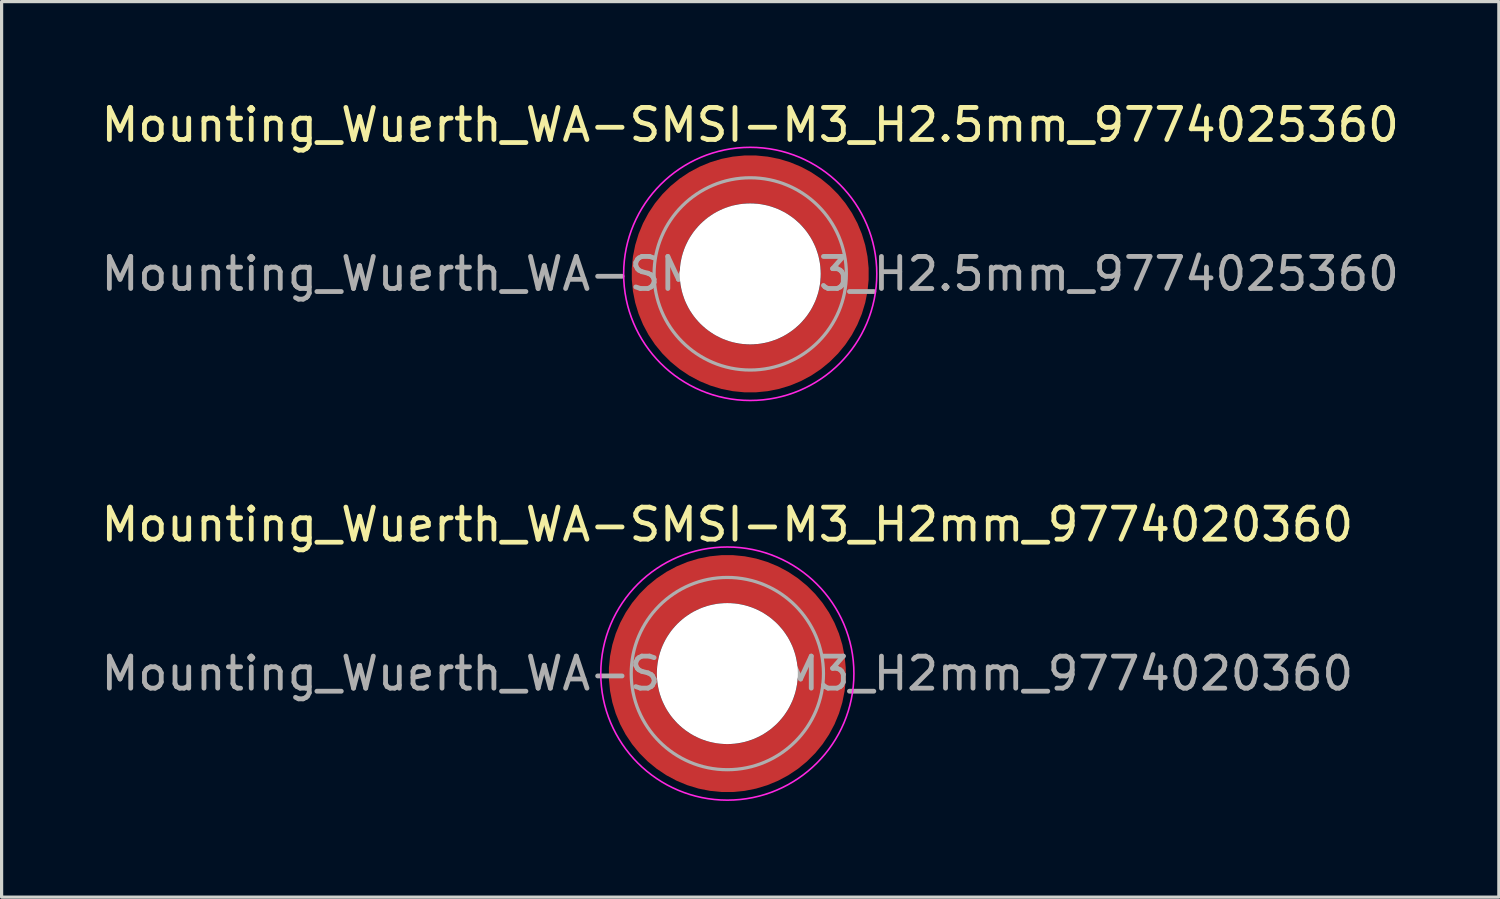
<source format=kicad_pcb>
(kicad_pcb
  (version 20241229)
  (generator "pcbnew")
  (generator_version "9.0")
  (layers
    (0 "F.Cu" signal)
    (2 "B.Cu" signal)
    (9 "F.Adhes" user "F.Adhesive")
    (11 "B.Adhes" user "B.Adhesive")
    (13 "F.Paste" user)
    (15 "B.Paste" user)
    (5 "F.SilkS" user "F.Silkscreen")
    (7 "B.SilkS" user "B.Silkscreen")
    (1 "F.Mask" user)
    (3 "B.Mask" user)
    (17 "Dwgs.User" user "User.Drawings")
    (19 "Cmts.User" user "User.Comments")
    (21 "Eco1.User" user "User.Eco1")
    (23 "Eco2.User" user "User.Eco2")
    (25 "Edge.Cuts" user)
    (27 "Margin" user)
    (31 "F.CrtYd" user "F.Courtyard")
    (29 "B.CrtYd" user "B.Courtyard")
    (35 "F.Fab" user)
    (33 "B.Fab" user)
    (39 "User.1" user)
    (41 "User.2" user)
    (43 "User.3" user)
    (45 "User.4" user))
  (footprint "Mounting_Wuerth_WA-SMSI-M3_H2.5mm_9774025360"
    (layer "F.Cu")
    (at 20.363 5.498)
    (property "Reference" "Mounting_Wuerth_WA-SMSI-M3_H2.5mm_9774025360" (at 0 -4.65 0) (layer "F.SilkS") (effects (font (size 1 1) (thickness 0.15))))
    (attr smd)
    (fp_circle (center 0 0) (end 3.95 0) (stroke (width 0.05) (type solid)) (fill no) (layer "F.CrtYd"))
    (fp_circle (center 0 0) (end 3 0) (stroke (width 0.1) (type solid)) (fill no) (layer "F.Fab"))
    (fp_text user "${REFERENCE}" (at 0 0 0) (layer "F.Fab") (effects (font (size 1 1) (thickness 0.15))))
    (pad "" smd custom (at -2.058 -2.058) (size 0.7 0.7) (layers "F.Paste") (options (anchor circle)) (primitives (gr_arc (start -0.377294 1.707681) (mid 0.317578 0.318817) (end 1.705947 -0.377044) (width 0.2)) (gr_arc (start -0.478281 1.707681) (mid 0.246161 0.248814) (end 1.703965 -0.477765) (width 0.2)) (gr_arc (start -0.579192 1.707681) (mid 0.175492 0.178063) (end 1.704077 -0.578711) (width 0.2)) (gr_arc (start -0.680037 1.707681) (mid 0.105568 0.106564) (end 1.706284 -0.679858) (width 0.2)) (gr_arc (start -0.780822 1.707681) (mid 0.034627 0.036085) (end 1.705634 -0.780569) (width 0.2)) (gr_arc (start -0.881554 1.707681) (mid -0.035694 -0.035016) (end 1.706729 -0.881441) (width 0.2)) (gr_arc (start -0.982237 1.707681) (mid -0.107281 -0.10485) (end 1.704266 -0.981843) (width 0.2)) (gr_arc (start -1.082877 1.707681) (mid -0.178372 -0.175181) (end 1.703197 -1.082374) (width 0.2)) (gr_arc (start -1.183476 1.707681) (mid -0.248964 -0.246008) (end 1.703525 -1.183025) (width 0.2)) (gr_arc (start -1.28404 1.707681) (mid -0.319062 -0.317334) (end 1.70525 -1.283784) (width 0.2)) (gr_line (start 1.708 -0.377) (end 1.708 -1.284) (width 0.2)) (gr_line (start -0.377 1.708) (end -1.284 1.708) (width 0.2))))
    (pad "" smd custom (at -2.058 2.058) (size 0.7 0.7) (layers "F.Paste") (options (anchor circle)) (primitives (gr_arc (start 1.707681 0.377294) (mid 0.318817 -0.317578) (end -0.377044 -1.705947) (width 0.2)) (gr_arc (start 1.707681 0.478281) (mid 0.248814 -0.246161) (end -0.477765 -1.703965) (width 0.2)) (gr_arc (start 1.707681 0.579192) (mid 0.178063 -0.175492) (end -0.578711 -1.704077) (width 0.2)) (gr_arc (start 1.707681 0.680037) (mid 0.106564 -0.105568) (end -0.679858 -1.706284) (width 0.2)) (gr_arc (start 1.707681 0.780822) (mid 0.036085 -0.034626) (end -0.780569 -1.705634) (width 0.2)) (gr_arc (start 1.707681 0.881554) (mid -0.035016 0.035694) (end -0.881441 -1.706729) (width 0.2)) (gr_arc (start 1.707681 0.982237) (mid -0.10485 0.107281) (end -0.981842 -1.704266) (width 0.2)) (gr_arc (start 1.707681 1.082877) (mid -0.175181 0.178372) (end -1.082374 -1.703197) (width 0.2)) (gr_arc (start 1.707681 1.183476) (mid -0.246008 0.248964) (end -1.183025 -1.703525) (width 0.2)) (gr_arc (start 1.707681 1.28404) (mid -0.317334 0.319062) (end -1.283784 -1.70525) (width 0.2)) (gr_line (start -0.377 -1.708) (end -1.284 -1.708) (width 0.2)) (gr_line (start 1.708 0.377) (end 1.708 1.284) (width 0.2))))
    (pad "" np_thru_hole circle (at 0 0) (size 4.4 4.4) (drill 4.4) (layers "*.Cu" "*.Mask"))
    (pad "" smd custom (at 2.058 -2.058) (size 0.7 0.7) (layers "F.Paste") (options (anchor circle)) (primitives (gr_arc (start -1.707681 -0.377294) (mid -0.318817 0.317579) (end 0.377044 1.705947) (width 0.2)) (gr_arc (start -1.707681 -0.478281) (mid -0.248814 0.246161) (end 0.477765 1.703965) (width 0.2)) (gr_arc (start -1.707681 -0.579192) (mid -0.178063 0.175492) (end 0.578711 1.704077) (width 0.2)) (gr_arc (start -1.707681 -0.680037) (mid -0.106564 0.105568) (end 0.679858 1.706284) (width 0.2)) (gr_arc (start -1.707681 -0.780822) (mid -0.036085 0.034627) (end 0.780569 1.705634) (width 0.2)) (gr_arc (start -1.707681 -0.881554) (mid 0.035016 -0.035694) (end 0.881441 1.706729) (width 0.2)) (gr_arc (start -1.707681 -0.982237) (mid 0.10485 -0.107281) (end 0.981843 1.704266) (width 0.2)) (gr_arc (start -1.707681 -1.082877) (mid 0.175181 -0.178372) (end 1.082374 1.703197) (width 0.2)) (gr_arc (start -1.707681 -1.183476) (mid 0.246008 -0.248964) (end 1.183025 1.703525) (width 0.2)) (gr_arc (start -1.707681 -1.28404) (mid 0.317333 -0.319062) (end 1.283784 1.70525) (width 0.2)) (gr_line (start 0.377 1.708) (end 1.284 1.708) (width 0.2)) (gr_line (start -1.708 -0.377) (end -1.708 -1.284) (width 0.2))))
    (pad "" smd custom (at 2.058 2.058) (size 0.7 0.7) (layers "F.Paste") (options (anchor circle)) (primitives (gr_arc (start 0.377294 -1.707681) (mid -0.317579 -0.318817) (end -1.705947 0.377044) (width 0.2)) (gr_arc (start 0.478281 -1.707681) (mid -0.246161 -0.248814) (end -1.703965 0.477765) (width 0.2)) (gr_arc (start 0.579192 -1.707681) (mid -0.175492 -0.178063) (end -1.704077 0.578711) (width 0.2)) (gr_arc (start 0.680037 -1.707681) (mid -0.105568 -0.106564) (end -1.706284 0.679858) (width 0.2)) (gr_arc (start 0.780822 -1.707681) (mid -0.034627 -0.036085) (end -1.705634 0.780569) (width 0.2)) (gr_arc (start 0.881554 -1.707681) (mid 0.035694 0.035016) (end -1.706729 0.881441) (width 0.2)) (gr_arc (start 0.982237 -1.707681) (mid 0.107281 0.10485) (end -1.704266 0.981843) (width 0.2)) (gr_arc (start 1.082877 -1.707681) (mid 0.178372 0.175181) (end -1.703197 1.082374) (width 0.2)) (gr_arc (start 1.183476 -1.707681) (mid 0.248964 0.246008) (end -1.703525 1.183025) (width 0.2)) (gr_arc (start 1.28404 -1.707681) (mid 0.319062 0.317333) (end -1.70525 1.283784) (width 0.2)) (gr_line (start -1.708 0.377) (end -1.708 1.284) (width 0.2)) (gr_line (start 0.377 -1.708) (end 1.284 -1.708) (width 0.2))))
    (pad "1" smd circle (at -2.95 0) (size 1.1 1.1) (layers "F.Cu"))
    (pad "1" smd circle (at 0 -2.95) (size 1.1 1.1) (layers "F.Cu"))
    (pad "1" smd circle (at 0 2.95) (size 1.1 1.1) (layers "F.Cu"))
    (pad "1" smd custom (at 2.95 0) (size 1.1 1.1) (layers "F.Cu" "F.Mask") (options (anchor circle)) (primitives (gr_circle (center -2.95 0) (end 0 0) (width 1.5) (fill no)))))
  (footprint "Mounting_Wuerth_WA-SMSI-M3_H2mm_9774020360"
    (layer "F.Cu")
    (at 19.649 17.971)
    (property "Reference" "Mounting_Wuerth_WA-SMSI-M3_H2mm_9774020360" (at 0 -4.65 0) (layer "F.SilkS") (effects (font (size 1 1) (thickness 0.15))))
    (attr smd)
    (fp_circle (center 0 0) (end 3.95 0) (stroke (width 0.05) (type solid)) (fill no) (layer "F.CrtYd"))
    (fp_circle (center 0 0) (end 3 0) (stroke (width 0.1) (type solid)) (fill no) (layer "F.Fab"))
    (fp_text user "${REFERENCE}" (at 0 0 0) (layer "F.Fab") (effects (font (size 1 1) (thickness 0.15))))
    (pad "" smd custom (at -2.058 -2.058) (size 0.7 0.7) (layers "F.Paste") (options (anchor circle)) (primitives (gr_arc (start -0.377294 1.707681) (mid 0.317578 0.318817) (end 1.705947 -0.377044) (width 0.2)) (gr_arc (start -0.478281 1.707681) (mid 0.246161 0.248814) (end 1.703965 -0.477765) (width 0.2)) (gr_arc (start -0.579192 1.707681) (mid 0.175492 0.178063) (end 1.704077 -0.578711) (width 0.2)) (gr_arc (start -0.680037 1.707681) (mid 0.105568 0.106564) (end 1.706284 -0.679858) (width 0.2)) (gr_arc (start -0.780822 1.707681) (mid 0.034627 0.036085) (end 1.705634 -0.780569) (width 0.2)) (gr_arc (start -0.881554 1.707681) (mid -0.035694 -0.035016) (end 1.706729 -0.881441) (width 0.2)) (gr_arc (start -0.982237 1.707681) (mid -0.107281 -0.10485) (end 1.704266 -0.981843) (width 0.2)) (gr_arc (start -1.082877 1.707681) (mid -0.178372 -0.175181) (end 1.703197 -1.082374) (width 0.2)) (gr_arc (start -1.183476 1.707681) (mid -0.248964 -0.246008) (end 1.703525 -1.183025) (width 0.2)) (gr_arc (start -1.28404 1.707681) (mid -0.319062 -0.317334) (end 1.70525 -1.283784) (width 0.2)) (gr_line (start 1.708 -0.377) (end 1.708 -1.284) (width 0.2)) (gr_line (start -0.377 1.708) (end -1.284 1.708) (width 0.2))))
    (pad "" smd custom (at -2.058 2.058) (size 0.7 0.7) (layers "F.Paste") (options (anchor circle)) (primitives (gr_arc (start 1.707681 0.377294) (mid 0.318817 -0.317578) (end -0.377044 -1.705947) (width 0.2)) (gr_arc (start 1.707681 0.478281) (mid 0.248814 -0.246161) (end -0.477765 -1.703965) (width 0.2)) (gr_arc (start 1.707681 0.579192) (mid 0.178063 -0.175492) (end -0.578711 -1.704077) (width 0.2)) (gr_arc (start 1.707681 0.680037) (mid 0.106564 -0.105568) (end -0.679858 -1.706284) (width 0.2)) (gr_arc (start 1.707681 0.780822) (mid 0.036085 -0.034626) (end -0.780569 -1.705634) (width 0.2)) (gr_arc (start 1.707681 0.881554) (mid -0.035016 0.035694) (end -0.881441 -1.706729) (width 0.2)) (gr_arc (start 1.707681 0.982237) (mid -0.10485 0.107281) (end -0.981842 -1.704266) (width 0.2)) (gr_arc (start 1.707681 1.082877) (mid -0.175181 0.178372) (end -1.082374 -1.703197) (width 0.2)) (gr_arc (start 1.707681 1.183476) (mid -0.246008 0.248964) (end -1.183025 -1.703525) (width 0.2)) (gr_arc (start 1.707681 1.28404) (mid -0.317334 0.319062) (end -1.283784 -1.70525) (width 0.2)) (gr_line (start -0.377 -1.708) (end -1.284 -1.708) (width 0.2)) (gr_line (start 1.708 0.377) (end 1.708 1.284) (width 0.2))))
    (pad "" np_thru_hole circle (at 0 0) (size 4.4 4.4) (drill 4.4) (layers "*.Cu" "*.Mask"))
    (pad "" smd custom (at 2.058 -2.058) (size 0.7 0.7) (layers "F.Paste") (options (anchor circle)) (primitives (gr_arc (start -1.707681 -0.377294) (mid -0.318817 0.317579) (end 0.377044 1.705947) (width 0.2)) (gr_arc (start -1.707681 -0.478281) (mid -0.248814 0.246161) (end 0.477765 1.703965) (width 0.2)) (gr_arc (start -1.707681 -0.579192) (mid -0.178063 0.175492) (end 0.578711 1.704077) (width 0.2)) (gr_arc (start -1.707681 -0.680037) (mid -0.106564 0.105568) (end 0.679858 1.706284) (width 0.2)) (gr_arc (start -1.707681 -0.780822) (mid -0.036085 0.034627) (end 0.780569 1.705634) (width 0.2)) (gr_arc (start -1.707681 -0.881554) (mid 0.035016 -0.035694) (end 0.881441 1.706729) (width 0.2)) (gr_arc (start -1.707681 -0.982237) (mid 0.10485 -0.107281) (end 0.981843 1.704266) (width 0.2)) (gr_arc (start -1.707681 -1.082877) (mid 0.175181 -0.178372) (end 1.082374 1.703197) (width 0.2)) (gr_arc (start -1.707681 -1.183476) (mid 0.246008 -0.248964) (end 1.183025 1.703525) (width 0.2)) (gr_arc (start -1.707681 -1.28404) (mid 0.317333 -0.319062) (end 1.283784 1.70525) (width 0.2)) (gr_line (start 0.377 1.708) (end 1.284 1.708) (width 0.2)) (gr_line (start -1.708 -0.377) (end -1.708 -1.284) (width 0.2))))
    (pad "" smd custom (at 2.058 2.058) (size 0.7 0.7) (layers "F.Paste") (options (anchor circle)) (primitives (gr_arc (start 0.377294 -1.707681) (mid -0.317579 -0.318817) (end -1.705947 0.377044) (width 0.2)) (gr_arc (start 0.478281 -1.707681) (mid -0.246161 -0.248814) (end -1.703965 0.477765) (width 0.2)) (gr_arc (start 0.579192 -1.707681) (mid -0.175492 -0.178063) (end -1.704077 0.578711) (width 0.2)) (gr_arc (start 0.680037 -1.707681) (mid -0.105568 -0.106564) (end -1.706284 0.679858) (width 0.2)) (gr_arc (start 0.780822 -1.707681) (mid -0.034627 -0.036085) (end -1.705634 0.780569) (width 0.2)) (gr_arc (start 0.881554 -1.707681) (mid 0.035694 0.035016) (end -1.706729 0.881441) (width 0.2)) (gr_arc (start 0.982237 -1.707681) (mid 0.107281 0.10485) (end -1.704266 0.981843) (width 0.2)) (gr_arc (start 1.082877 -1.707681) (mid 0.178372 0.175181) (end -1.703197 1.082374) (width 0.2)) (gr_arc (start 1.183476 -1.707681) (mid 0.248964 0.246008) (end -1.703525 1.183025) (width 0.2)) (gr_arc (start 1.28404 -1.707681) (mid 0.319062 0.317333) (end -1.70525 1.283784) (width 0.2)) (gr_line (start -1.708 0.377) (end -1.708 1.284) (width 0.2)) (gr_line (start 0.377 -1.708) (end 1.284 -1.708) (width 0.2))))
    (pad "1" smd circle (at -2.95 0) (size 1.1 1.1) (layers "F.Cu"))
    (pad "1" smd circle (at 0 -2.95) (size 1.1 1.1) (layers "F.Cu"))
    (pad "1" smd circle (at 0 2.95) (size 1.1 1.1) (layers "F.Cu"))
    (pad "1" smd custom (at 2.95 0) (size 1.1 1.1) (layers "F.Cu" "F.Mask") (options (anchor circle)) (primitives (gr_circle (center -2.95 0) (end 0 0) (width 1.5) (fill no)))))
  (gr_rect
    (start -3 -3)
    (end 43.726 24.947)
    (stroke (width 0.1) (type default))
    (fill no)
    (layer "Edge.Cuts")))
</source>
